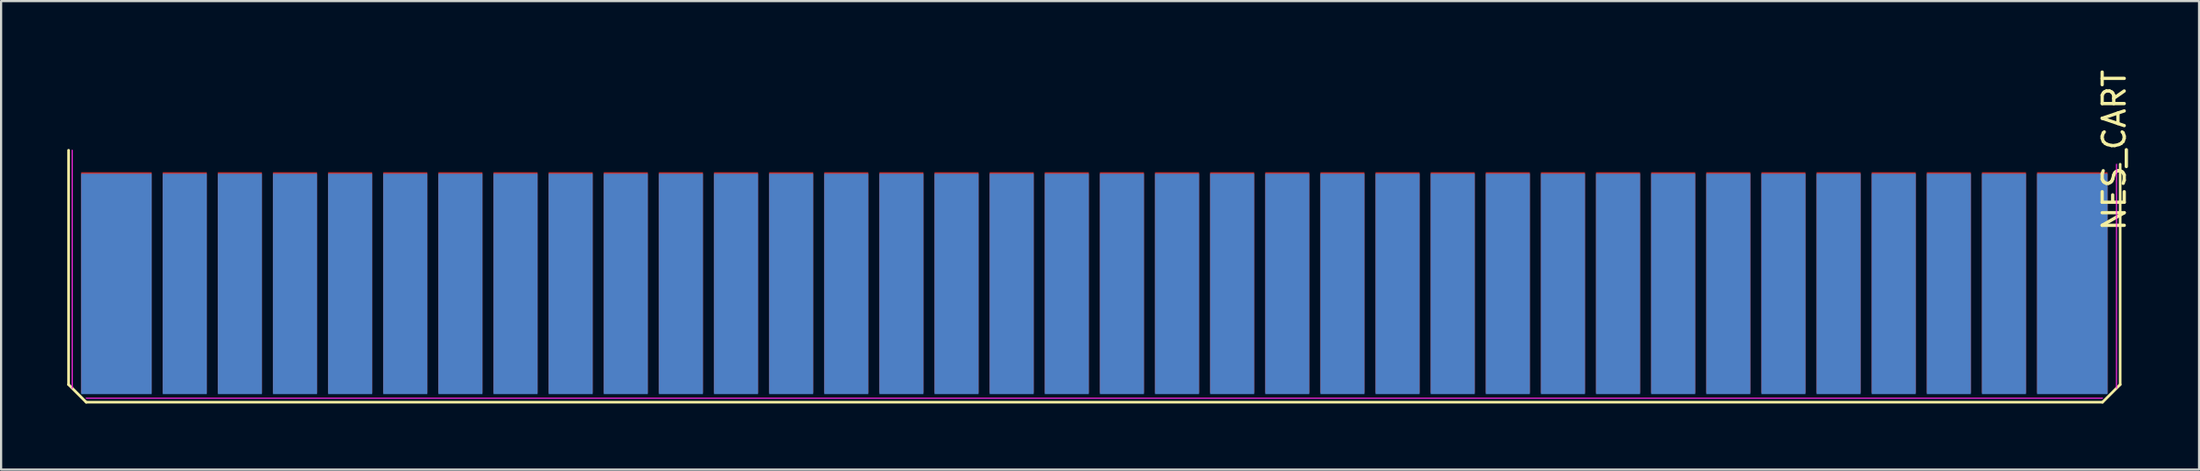
<source format=kicad_pcb>
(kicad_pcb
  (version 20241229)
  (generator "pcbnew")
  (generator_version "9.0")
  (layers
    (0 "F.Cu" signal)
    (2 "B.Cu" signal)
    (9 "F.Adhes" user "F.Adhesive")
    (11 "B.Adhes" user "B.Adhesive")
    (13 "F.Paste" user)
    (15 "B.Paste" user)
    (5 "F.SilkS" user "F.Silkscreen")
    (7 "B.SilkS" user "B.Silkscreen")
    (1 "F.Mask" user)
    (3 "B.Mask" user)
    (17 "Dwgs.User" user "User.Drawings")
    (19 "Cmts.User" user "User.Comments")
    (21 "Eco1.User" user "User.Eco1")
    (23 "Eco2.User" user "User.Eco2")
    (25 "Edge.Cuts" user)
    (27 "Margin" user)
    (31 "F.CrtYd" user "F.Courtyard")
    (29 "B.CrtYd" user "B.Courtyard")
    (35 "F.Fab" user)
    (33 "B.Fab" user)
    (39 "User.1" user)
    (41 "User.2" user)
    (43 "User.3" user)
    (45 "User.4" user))
  (footprint "NES_CART"
    (layer "F.Cu")
    (at 26.26 3.768)
    (property "Reference" "NES_CART" (at 66.57 0 90) (layer "F.SilkS") (effects (font (size 1 1) (thickness 0.15))))
    (attr smd)
    (fp_line (start -26.2 0) (end -26.2 10.63) (stroke (width 0.12) (type solid)) (layer "F.SilkS"))
    (fp_line (start -26.2 10.63) (end -25.4 11.43) (stroke (width 0.12) (type solid)) (layer "F.SilkS"))
    (fp_line (start -25.4 11.43) (end 66.04 11.43) (stroke (width 0.12) (type solid)) (layer "F.SilkS"))
    (fp_line (start 66.04 11.43) (end 66.84 10.63) (stroke (width 0.12) (type solid)) (layer "F.SilkS"))
    (fp_line (start 66.84 10.63) (end 66.84 0.635) (stroke (width 0.12) (type solid)) (layer "F.SilkS"))
    (fp_line (start -26.035 0) (end -26.035 10.795) (stroke (width 0.05) (type solid)) (layer "F.CrtYd"))
    (fp_line (start -25.4 11.25) (end 66.04 11.25) (stroke (width 0.05) (type solid)) (layer "F.CrtYd"))
    (fp_line (start 66.675 10.795) (end 66.675 0.635) (stroke (width 0.05) (type solid)) (layer "F.CrtYd"))
    (pad "1" smd rect (at 64.67 6) (size 3.2 10) (layers "F.Cu" "F.Mask" "F.Paste"))
    (pad "2" smd rect (at 61.57 6) (size 2 10) (layers "F.Cu" "F.Mask" "F.Paste"))
    (pad "3" smd rect (at 59.07 6) (size 2 10) (layers "F.Cu" "F.Mask" "F.Paste"))
    (pad "4" smd rect (at 56.57 6) (size 2 10) (layers "F.Cu" "F.Mask" "F.Paste"))
    (pad "5" smd rect (at 54.07 6) (size 2 10) (layers "F.Cu" "F.Mask" "F.Paste"))
    (pad "6" smd rect (at 51.57 6) (size 2 10) (layers "F.Cu" "F.Mask" "F.Paste"))
    (pad "7" smd rect (at 49.07 6) (size 2 10) (layers "F.Cu" "F.Mask" "F.Paste"))
    (pad "8" smd rect (at 46.57 6) (size 2 10) (layers "F.Cu" "F.Mask" "F.Paste"))
    (pad "9" smd rect (at 44.07 6) (size 2 10) (layers "F.Cu" "F.Mask" "F.Paste"))
    (pad "10" smd rect (at 41.57 6) (size 2 10) (layers "F.Cu" "F.Mask" "F.Paste"))
    (pad "11" smd rect (at 39.07 6) (size 2 10) (layers "F.Cu" "F.Mask" "F.Paste"))
    (pad "12" smd rect (at 36.57 6) (size 2 10) (layers "F.Cu" "F.Mask" "F.Paste"))
    (pad "13" smd rect (at 34.07 6) (size 2 10) (layers "F.Cu" "F.Mask" "F.Paste"))
    (pad "14" smd rect (at 31.57 6) (size 2 10) (layers "F.Cu" "F.Mask" "F.Paste"))
    (pad "15" smd rect (at 29.07 6) (size 2 10) (layers "F.Cu" "F.Mask" "F.Paste"))
    (pad "16" smd rect (at 26.57 6) (size 2 10) (layers "F.Cu" "F.Mask" "F.Paste"))
    (pad "17" smd rect (at 24.07 6) (size 2 10) (layers "F.Cu" "F.Mask" "F.Paste"))
    (pad "18" smd rect (at 21.57 6) (size 2 10) (layers "F.Cu" "F.Mask" "F.Paste"))
    (pad "19" smd rect (at 19.07 6) (size 2 10) (layers "F.Cu" "F.Mask" "F.Paste"))
    (pad "20" smd rect (at 16.57 6) (size 2 10) (layers "F.Cu" "F.Mask" "F.Paste"))
    (pad "21" smd rect (at 14.07 6) (size 2 10) (layers "F.Cu" "F.Mask" "F.Paste"))
    (pad "22" smd rect (at 11.57 6) (size 2 10) (layers "F.Cu" "F.Mask" "F.Paste"))
    (pad "23" smd rect (at 9.07 6) (size 2 10) (layers "F.Cu" "F.Mask" "F.Paste"))
    (pad "24" smd rect (at 6.57 6) (size 2 10) (layers "F.Cu" "F.Mask" "F.Paste"))
    (pad "25" smd rect (at 4.07 6) (size 2 10) (layers "F.Cu" "F.Mask" "F.Paste"))
    (pad "26" smd rect (at 1.57 6) (size 2 10) (layers "F.Cu" "F.Mask" "F.Paste"))
    (pad "27" smd rect (at -0.93 6) (size 2 10) (layers "F.Cu" "F.Mask" "F.Paste"))
    (pad "28" smd rect (at -3.43 6) (size 2 10) (layers "F.Cu" "F.Mask" "F.Paste"))
    (pad "29" smd rect (at -5.93 6) (size 2 10) (layers "F.Cu" "F.Mask" "F.Paste"))
    (pad "30" smd rect (at -8.43 6) (size 2 10) (layers "F.Cu" "F.Mask" "F.Paste"))
    (pad "31" smd rect (at -10.93 6) (size 2 10) (layers "F.Cu" "F.Mask" "F.Paste"))
    (pad "32" smd rect (at -13.43 6) (size 2 10) (layers "F.Cu" "F.Mask" "F.Paste"))
    (pad "33" smd rect (at -15.93 6) (size 2 10) (layers "F.Cu" "F.Mask" "F.Paste"))
    (pad "34" smd rect (at -18.43 6) (size 2 10) (layers "F.Cu" "F.Mask" "F.Paste"))
    (pad "35" smd rect (at -20.93 6) (size 2 10) (layers "F.Cu" "F.Mask" "F.Paste"))
    (pad "36" smd rect (at -24.03 6) (size 3.2 10) (layers "F.Cu" "F.Mask" "F.Paste"))
    (pad "37" smd rect (at 64.67 6.065 180) (size 3.2 10) (layers "B.Cu" "B.Mask" "B.Paste"))
    (pad "38" smd rect (at 61.57 6.065 180) (size 2 10) (layers "B.Cu" "B.Mask" "B.Paste"))
    (pad "39" smd rect (at 59.07 6.065 180) (size 2 10) (layers "B.Cu" "B.Mask" "B.Paste"))
    (pad "40" smd rect (at 56.57 6.065 180) (size 2 10) (layers "B.Cu" "B.Mask" "B.Paste"))
    (pad "41" smd rect (at 54.07 6.065 180) (size 2 10) (layers "B.Cu" "B.Mask" "B.Paste"))
    (pad "42" smd rect (at 51.57 6.065 180) (size 2 10) (layers "B.Cu" "B.Mask" "B.Paste"))
    (pad "43" smd rect (at 49.07 6.065 180) (size 2 10) (layers "B.Cu" "B.Mask" "B.Paste"))
    (pad "44" smd rect (at 46.57 6.065 180) (size 2 10) (layers "B.Cu" "B.Mask" "B.Paste"))
    (pad "45" smd rect (at 44.07 6.065 180) (size 2 10) (layers "B.Cu" "B.Mask" "B.Paste"))
    (pad "46" smd rect (at 41.57 6.065 180) (size 2 10) (layers "B.Cu" "B.Mask" "B.Paste"))
    (pad "47" smd rect (at 39.07 6.065 180) (size 2 10) (layers "B.Cu" "B.Mask" "B.Paste"))
    (pad "48" smd rect (at 36.57 6.065 180) (size 2 10) (layers "B.Cu" "B.Mask" "B.Paste"))
    (pad "49" smd rect (at 34.07 6.065 180) (size 2 10) (layers "B.Cu" "B.Mask" "B.Paste"))
    (pad "50" smd rect (at 31.57 6.065 180) (size 2 10) (layers "B.Cu" "B.Mask" "B.Paste"))
    (pad "51" smd rect (at 29.07 6.065 180) (size 2 10) (layers "B.Cu" "B.Mask" "B.Paste"))
    (pad "52" smd rect (at 26.57 6.065 180) (size 2 10) (layers "B.Cu" "B.Mask" "B.Paste"))
    (pad "53" smd rect (at 24.07 6.065 180) (size 2 10) (layers "B.Cu" "B.Mask" "B.Paste"))
    (pad "54" smd rect (at 21.57 6.065 180) (size 2 10) (layers "B.Cu" "B.Mask" "B.Paste"))
    (pad "55" smd rect (at 19.07 6.065 180) (size 2 10) (layers "B.Cu" "B.Mask" "B.Paste"))
    (pad "56" smd rect (at 16.57 6.065 180) (size 2 10) (layers "B.Cu" "B.Mask" "B.Paste"))
    (pad "57" smd rect (at 14.07 6.065 180) (size 2 10) (layers "B.Cu" "B.Mask" "B.Paste"))
    (pad "58" smd rect (at 11.57 6.065 180) (size 2 10) (layers "B.Cu" "B.Mask" "B.Paste"))
    (pad "59" smd rect (at 9.07 6.065 180) (size 2 10) (layers "B.Cu" "B.Mask" "B.Paste"))
    (pad "60" smd rect (at 6.57 6.065 180) (size 2 10) (layers "B.Cu" "B.Mask" "B.Paste"))
    (pad "61" smd rect (at 4.07 6.065 180) (size 2 10) (layers "B.Cu" "B.Mask" "B.Paste"))
    (pad "62" smd rect (at 1.57 6.065 180) (size 2 10) (layers "B.Cu" "B.Mask" "B.Paste"))
    (pad "63" smd rect (at -0.93 6.065 180) (size 2 10) (layers "B.Cu" "B.Mask" "B.Paste"))
    (pad "64" smd rect (at -3.43 6.065 180) (size 2 10) (layers "B.Cu" "B.Mask" "B.Paste"))
    (pad "65" smd rect (at -5.93 6.065 180) (size 2 10) (layers "B.Cu" "B.Mask" "B.Paste"))
    (pad "66" smd rect (at -8.43 6.065 180) (size 2 10) (layers "B.Cu" "B.Mask" "B.Paste"))
    (pad "67" smd rect (at -10.93 6.065 180) (size 2 10) (layers "B.Cu" "B.Mask" "B.Paste"))
    (pad "68" smd rect (at -13.43 6.065 180) (size 2 10) (layers "B.Cu" "B.Mask" "B.Paste"))
    (pad "69" smd rect (at -15.93 6.065 180) (size 2 10) (layers "B.Cu" "B.Mask" "B.Paste"))
    (pad "70" smd rect (at -18.43 6.065 180) (size 2 10) (layers "B.Cu" "B.Mask" "B.Paste"))
    (pad "71" smd rect (at -20.93 6.065 180) (size 2 10) (layers "B.Cu" "B.Mask" "B.Paste"))
    (pad "72" smd rect (at -24.03 6.065 180) (size 3.2 10) (layers "B.Cu" "B.Mask" "B.Paste")))
  (gr_rect
    (start -3 -3)
    (end 96.678 18.258)
    (stroke (width 0.1) (type default))
    (fill no)
    (layer "Edge.Cuts")))
</source>
